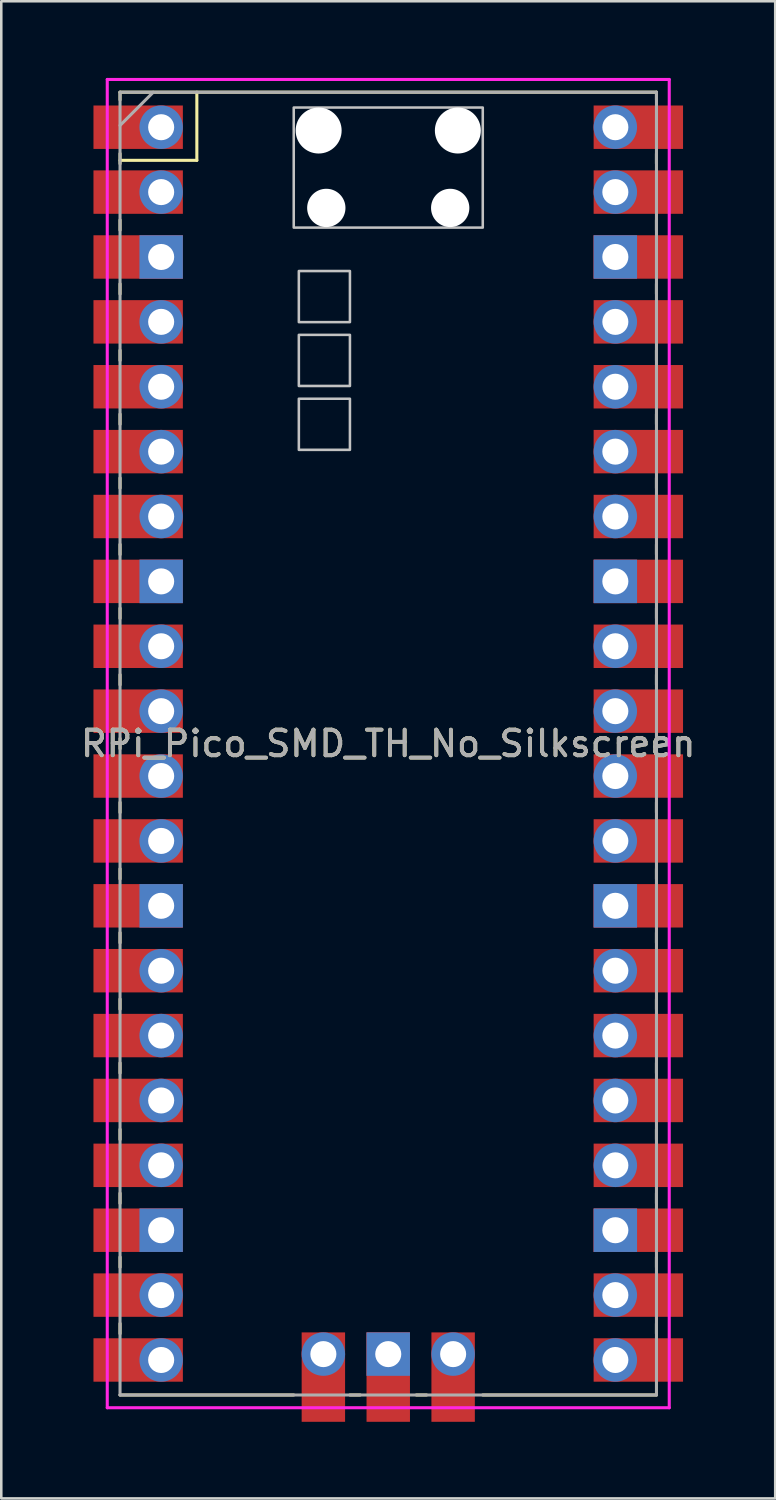
<source format=kicad_pcb>
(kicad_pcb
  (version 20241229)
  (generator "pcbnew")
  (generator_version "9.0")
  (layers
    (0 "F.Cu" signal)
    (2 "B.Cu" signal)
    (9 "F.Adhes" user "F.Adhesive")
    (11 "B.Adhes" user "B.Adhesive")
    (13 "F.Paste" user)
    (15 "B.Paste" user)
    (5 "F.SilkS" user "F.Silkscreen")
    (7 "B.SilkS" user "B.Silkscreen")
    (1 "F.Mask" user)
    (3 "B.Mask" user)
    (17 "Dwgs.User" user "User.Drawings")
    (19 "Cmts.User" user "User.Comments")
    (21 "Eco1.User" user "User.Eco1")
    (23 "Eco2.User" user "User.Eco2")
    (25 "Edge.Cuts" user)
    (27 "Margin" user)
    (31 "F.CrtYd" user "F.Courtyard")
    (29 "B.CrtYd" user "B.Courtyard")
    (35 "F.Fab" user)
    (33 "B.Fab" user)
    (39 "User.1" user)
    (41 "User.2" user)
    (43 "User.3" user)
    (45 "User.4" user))
  (footprint "RPi_Pico_SMD_TH_No_Silkscreen"
    (layer "F.Cu")
    (at 12.149 26.06)
    (property "Reference" "RPi_Pico_SMD_TH_No_Silkscreen" (at 0 0 0) (layer "F.SilkS") (effects (font (size 1 1) (thickness 0.15))))
    (attr through_hole)
    (fp_line (start -10.5 -25.5) (end -10.5 -25.2) (stroke (width 0.12) (type solid)) (layer "F.SilkS"))
    (fp_line (start -10.5 -25.5) (end 10.5 -25.5) (stroke (width 0.12) (type solid)) (layer "F.SilkS"))
    (fp_line (start -10.5 -23.1) (end -10.5 -22.7) (stroke (width 0.12) (type solid)) (layer "F.SilkS"))
    (fp_line (start -10.5 -22.833) (end -7.493 -22.833) (stroke (width 0.12) (type solid)) (layer "F.SilkS"))
    (fp_line (start -10.5 -20.5) (end -10.5 -20.1) (stroke (width 0.12) (type solid)) (layer "F.SilkS"))
    (fp_line (start -10.5 -18) (end -10.5 -17.6) (stroke (width 0.12) (type solid)) (layer "F.SilkS"))
    (fp_line (start -10.5 -15.4) (end -10.5 -15) (stroke (width 0.12) (type solid)) (layer "F.SilkS"))
    (fp_line (start -10.5 -12.9) (end -10.5 -12.5) (stroke (width 0.12) (type solid)) (layer "F.SilkS"))
    (fp_line (start -10.5 -10.4) (end -10.5 -10) (stroke (width 0.12) (type solid)) (layer "F.SilkS"))
    (fp_line (start -10.5 -7.8) (end -10.5 -7.4) (stroke (width 0.12) (type solid)) (layer "F.SilkS"))
    (fp_line (start -10.5 -5.3) (end -10.5 -4.9) (stroke (width 0.12) (type solid)) (layer "F.SilkS"))
    (fp_line (start -10.5 -2.7) (end -10.5 -2.3) (stroke (width 0.12) (type solid)) (layer "F.SilkS"))
    (fp_line (start -10.5 -0.2) (end -10.5 0.2) (stroke (width 0.12) (type solid)) (layer "F.SilkS"))
    (fp_line (start -10.5 2.3) (end -10.5 2.7) (stroke (width 0.12) (type solid)) (layer "F.SilkS"))
    (fp_line (start -10.5 4.9) (end -10.5 5.3) (stroke (width 0.12) (type solid)) (layer "F.SilkS"))
    (fp_line (start -10.5 7.4) (end -10.5 7.8) (stroke (width 0.12) (type solid)) (layer "F.SilkS"))
    (fp_line (start -10.5 10) (end -10.5 10.4) (stroke (width 0.12) (type solid)) (layer "F.SilkS"))
    (fp_line (start -10.5 12.5) (end -10.5 12.9) (stroke (width 0.12) (type solid)) (layer "F.SilkS"))
    (fp_line (start -10.5 15.1) (end -10.5 15.5) (stroke (width 0.12) (type solid)) (layer "F.SilkS"))
    (fp_line (start -10.5 17.6) (end -10.5 18) (stroke (width 0.12) (type solid)) (layer "F.SilkS"))
    (fp_line (start -10.5 20.1) (end -10.5 20.5) (stroke (width 0.12) (type solid)) (layer "F.SilkS"))
    (fp_line (start -10.5 22.7) (end -10.5 23.1) (stroke (width 0.12) (type solid)) (layer "F.SilkS"))
    (fp_line (start -7.493 -22.833) (end -7.493 -25.5) (stroke (width 0.12) (type solid)) (layer "F.SilkS"))
    (fp_line (start -3.7 25.5) (end -10.5 25.5) (stroke (width 0.12) (type solid)) (layer "F.SilkS"))
    (fp_line (start -1.5 25.5) (end -1.1 25.5) (stroke (width 0.12) (type solid)) (layer "F.SilkS"))
    (fp_line (start 1.1 25.5) (end 1.5 25.5) (stroke (width 0.12) (type solid)) (layer "F.SilkS"))
    (fp_line (start 10.5 -25.5) (end 10.5 -25.2) (stroke (width 0.12) (type solid)) (layer "F.SilkS"))
    (fp_line (start 10.5 -23.1) (end 10.5 -22.7) (stroke (width 0.12) (type solid)) (layer "F.SilkS"))
    (fp_line (start 10.5 -20.5) (end 10.5 -20.1) (stroke (width 0.12) (type solid)) (layer "F.SilkS"))
    (fp_line (start 10.5 -18) (end 10.5 -17.6) (stroke (width 0.12) (type solid)) (layer "F.SilkS"))
    (fp_line (start 10.5 -15.4) (end 10.5 -15) (stroke (width 0.12) (type solid)) (layer "F.SilkS"))
    (fp_line (start 10.5 -12.9) (end 10.5 -12.5) (stroke (width 0.12) (type solid)) (layer "F.SilkS"))
    (fp_line (start 10.5 -10.4) (end 10.5 -10) (stroke (width 0.12) (type solid)) (layer "F.SilkS"))
    (fp_line (start 10.5 -7.8) (end 10.5 -7.4) (stroke (width 0.12) (type solid)) (layer "F.SilkS"))
    (fp_line (start 10.5 -5.3) (end 10.5 -4.9) (stroke (width 0.12) (type solid)) (layer "F.SilkS"))
    (fp_line (start 10.5 -2.7) (end 10.5 -2.3) (stroke (width 0.12) (type solid)) (layer "F.SilkS"))
    (fp_line (start 10.5 -0.2) (end 10.5 0.2) (stroke (width 0.12) (type solid)) (layer "F.SilkS"))
    (fp_line (start 10.5 2.3) (end 10.5 2.7) (stroke (width 0.12) (type solid)) (layer "F.SilkS"))
    (fp_line (start 10.5 4.9) (end 10.5 5.3) (stroke (width 0.12) (type solid)) (layer "F.SilkS"))
    (fp_line (start 10.5 7.4) (end 10.5 7.8) (stroke (width 0.12) (type solid)) (layer "F.SilkS"))
    (fp_line (start 10.5 10) (end 10.5 10.4) (stroke (width 0.12) (type solid)) (layer "F.SilkS"))
    (fp_line (start 10.5 12.5) (end 10.5 12.9) (stroke (width 0.12) (type solid)) (layer "F.SilkS"))
    (fp_line (start 10.5 15.1) (end 10.5 15.5) (stroke (width 0.12) (type solid)) (layer "F.SilkS"))
    (fp_line (start 10.5 17.6) (end 10.5 18) (stroke (width 0.12) (type solid)) (layer "F.SilkS"))
    (fp_line (start 10.5 20.1) (end 10.5 20.5) (stroke (width 0.12) (type solid)) (layer "F.SilkS"))
    (fp_line (start 10.5 22.7) (end 10.5 23.1) (stroke (width 0.12) (type solid)) (layer "F.SilkS"))
    (fp_line (start 10.5 25.5) (end 3.7 25.5) (stroke (width 0.12) (type solid)) (layer "F.SilkS"))
    (fp_poly (pts (xy -1.5 -16.5) (xy -3.5 -16.5) (xy -3.5 -18.5) (xy -1.5 -18.5)) (stroke (width 0.1) (type solid)) (fill no) (layer "Dwgs.User"))
    (fp_poly (pts (xy -1.5 -14) (xy -3.5 -14) (xy -3.5 -16) (xy -1.5 -16)) (stroke (width 0.1) (type solid)) (fill no) (layer "Dwgs.User"))
    (fp_poly (pts (xy -1.5 -11.5) (xy -3.5 -11.5) (xy -3.5 -13.5) (xy -1.5 -13.5)) (stroke (width 0.1) (type solid)) (fill no) (layer "Dwgs.User"))
    (fp_poly (pts (xy 3.7 -20.2) (xy -3.7 -20.2) (xy -3.7 -24.9) (xy 3.7 -24.9)) (stroke (width 0.1) (type solid)) (fill no) (layer "Dwgs.User"))
    (fp_line (start -11 -26) (end 11 -26) (stroke (width 0.12) (type solid)) (layer "F.CrtYd"))
    (fp_line (start -11 26) (end -11 -26) (stroke (width 0.12) (type solid)) (layer "F.CrtYd"))
    (fp_line (start 11 -26) (end 11 26) (stroke (width 0.12) (type solid)) (layer "F.CrtYd"))
    (fp_line (start 11 26) (end -11 26) (stroke (width 0.12) (type solid)) (layer "F.CrtYd"))
    (fp_line (start -10.5 -25.5) (end 10.5 -25.5) (stroke (width 0.12) (type solid)) (layer "F.Fab"))
    (fp_line (start -10.5 -24.2) (end -9.2 -25.5) (stroke (width 0.12) (type solid)) (layer "F.Fab"))
    (fp_line (start -10.5 25.5) (end -10.5 -25.5) (stroke (width 0.12) (type solid)) (layer "F.Fab"))
    (fp_line (start 10.5 -25.5) (end 10.5 25.5) (stroke (width 0.12) (type solid)) (layer "F.Fab"))
    (fp_line (start 10.5 25.5) (end -10.5 25.5) (stroke (width 0.12) (type solid)) (layer "F.Fab"))
    (fp_text user "${REFERENCE}" (at 0 0 180) (layer "F.Fab") (effects (font (size 1 1) (thickness 0.15))))
    (pad "" np_thru_hole oval (at -2.725 -24) (size 1.8 1.8) (drill 1.8) (layers "*.Cu" "*.Mask"))
    (pad "" np_thru_hole oval (at -2.425 -20.97) (size 1.5 1.5) (drill 1.5) (layers "*.Cu" "*.Mask"))
    (pad "" np_thru_hole oval (at 2.425 -20.97) (size 1.5 1.5) (drill 1.5) (layers "*.Cu" "*.Mask"))
    (pad "" np_thru_hole oval (at 2.725 -24) (size 1.8 1.8) (drill 1.8) (layers "*.Cu" "*.Mask"))
    (pad "1" thru_hole oval (at -8.89 -24.13) (size 1.7 1.7) (drill 1.02) (layers "*.Cu" "*.Mask"))
    (pad "1" smd rect (at -8.89 -24.13) (size 3.5 1.7) (drill (offset -0.9 0)) (layers "F.Cu" "F.Mask"))
    (pad "2" thru_hole oval (at -8.89 -21.59) (size 1.7 1.7) (drill 1.02) (layers "*.Cu" "*.Mask"))
    (pad "2" smd rect (at -8.89 -21.59) (size 3.5 1.7) (drill (offset -0.9 0)) (layers "F.Cu" "F.Mask"))
    (pad "3" thru_hole rect (at -8.89 -19.05) (size 1.7 1.7) (drill 1.02) (layers "*.Cu" "*.Mask"))
    (pad "3" smd rect (at -8.89 -19.05) (size 3.5 1.7) (drill (offset -0.9 0)) (layers "F.Cu" "F.Mask"))
    (pad "4" thru_hole oval (at -8.89 -16.51) (size 1.7 1.7) (drill 1.02) (layers "*.Cu" "*.Mask"))
    (pad "4" smd rect (at -8.89 -16.51) (size 3.5 1.7) (drill (offset -0.9 0)) (layers "F.Cu" "F.Mask"))
    (pad "5" thru_hole oval (at -8.89 -13.97) (size 1.7 1.7) (drill 1.02) (layers "*.Cu" "*.Mask"))
    (pad "5" smd rect (at -8.89 -13.97) (size 3.5 1.7) (drill (offset -0.9 0)) (layers "F.Cu" "F.Mask"))
    (pad "6" thru_hole oval (at -8.89 -11.43) (size 1.7 1.7) (drill 1.02) (layers "*.Cu" "*.Mask"))
    (pad "6" smd rect (at -8.89 -11.43) (size 3.5 1.7) (drill (offset -0.9 0)) (layers "F.Cu" "F.Mask"))
    (pad "7" thru_hole oval (at -8.89 -8.89) (size 1.7 1.7) (drill 1.02) (layers "*.Cu" "*.Mask"))
    (pad "7" smd rect (at -8.89 -8.89) (size 3.5 1.7) (drill (offset -0.9 0)) (layers "F.Cu" "F.Mask"))
    (pad "8" thru_hole rect (at -8.89 -6.35) (size 1.7 1.7) (drill 1.02) (layers "*.Cu" "*.Mask"))
    (pad "8" smd rect (at -8.89 -6.35) (size 3.5 1.7) (drill (offset -0.9 0)) (layers "F.Cu" "F.Mask"))
    (pad "9" thru_hole oval (at -8.89 -3.81) (size 1.7 1.7) (drill 1.02) (layers "*.Cu" "*.Mask"))
    (pad "9" smd rect (at -8.89 -3.81) (size 3.5 1.7) (drill (offset -0.9 0)) (layers "F.Cu" "F.Mask"))
    (pad "10" thru_hole oval (at -8.89 -1.27) (size 1.7 1.7) (drill 1.02) (layers "*.Cu" "*.Mask"))
    (pad "10" smd rect (at -8.89 -1.27) (size 3.5 1.7) (drill (offset -0.9 0)) (layers "F.Cu" "F.Mask"))
    (pad "11" thru_hole oval (at -8.89 1.27) (size 1.7 1.7) (drill 1.02) (layers "*.Cu" "*.Mask"))
    (pad "11" smd rect (at -8.89 1.27) (size 3.5 1.7) (drill (offset -0.9 0)) (layers "F.Cu" "F.Mask"))
    (pad "12" thru_hole oval (at -8.89 3.81) (size 1.7 1.7) (drill 1.02) (layers "*.Cu" "*.Mask"))
    (pad "12" smd rect (at -8.89 3.81) (size 3.5 1.7) (drill (offset -0.9 0)) (layers "F.Cu" "F.Mask"))
    (pad "13" thru_hole rect (at -8.89 6.35) (size 1.7 1.7) (drill 1.02) (layers "*.Cu" "*.Mask"))
    (pad "13" smd rect (at -8.89 6.35) (size 3.5 1.7) (drill (offset -0.9 0)) (layers "F.Cu" "F.Mask"))
    (pad "14" thru_hole oval (at -8.89 8.89) (size 1.7 1.7) (drill 1.02) (layers "*.Cu" "*.Mask"))
    (pad "14" smd rect (at -8.89 8.89) (size 3.5 1.7) (drill (offset -0.9 0)) (layers "F.Cu" "F.Mask"))
    (pad "15" thru_hole oval (at -8.89 11.43) (size 1.7 1.7) (drill 1.02) (layers "*.Cu" "*.Mask"))
    (pad "15" smd rect (at -8.89 11.43) (size 3.5 1.7) (drill (offset -0.9 0)) (layers "F.Cu" "F.Mask"))
    (pad "16" thru_hole oval (at -8.89 13.97) (size 1.7 1.7) (drill 1.02) (layers "*.Cu" "*.Mask"))
    (pad "16" smd rect (at -8.89 13.97) (size 3.5 1.7) (drill (offset -0.9 0)) (layers "F.Cu" "F.Mask"))
    (pad "17" thru_hole oval (at -8.89 16.51) (size 1.7 1.7) (drill 1.02) (layers "*.Cu" "*.Mask"))
    (pad "17" smd rect (at -8.89 16.51) (size 3.5 1.7) (drill (offset -0.9 0)) (layers "F.Cu" "F.Mask"))
    (pad "18" thru_hole rect (at -8.89 19.05) (size 1.7 1.7) (drill 1.02) (layers "*.Cu" "*.Mask"))
    (pad "18" smd rect (at -8.89 19.05) (size 3.5 1.7) (drill (offset -0.9 0)) (layers "F.Cu" "F.Mask"))
    (pad "19" thru_hole oval (at -8.89 21.59) (size 1.7 1.7) (drill 1.02) (layers "*.Cu" "*.Mask"))
    (pad "19" smd rect (at -8.89 21.59) (size 3.5 1.7) (drill (offset -0.9 0)) (layers "F.Cu" "F.Mask"))
    (pad "20" thru_hole oval (at -8.89 24.13) (size 1.7 1.7) (drill 1.02) (layers "*.Cu" "*.Mask"))
    (pad "20" smd rect (at -8.89 24.13) (size 3.5 1.7) (drill (offset -0.9 0)) (layers "F.Cu" "F.Mask"))
    (pad "21" thru_hole oval (at 8.89 24.13) (size 1.7 1.7) (drill 1.02) (layers "*.Cu" "*.Mask"))
    (pad "21" smd rect (at 8.89 24.13) (size 3.5 1.7) (drill (offset 0.9 0)) (layers "F.Cu" "F.Mask"))
    (pad "22" thru_hole oval (at 8.89 21.59) (size 1.7 1.7) (drill 1.02) (layers "*.Cu" "*.Mask"))
    (pad "22" smd rect (at 8.89 21.59) (size 3.5 1.7) (drill (offset 0.9 0)) (layers "F.Cu" "F.Mask"))
    (pad "23" thru_hole rect (at 8.89 19.05) (size 1.7 1.7) (drill 1.02) (layers "*.Cu" "*.Mask"))
    (pad "23" smd rect (at 8.89 19.05) (size 3.5 1.7) (drill (offset 0.9 0)) (layers "F.Cu" "F.Mask"))
    (pad "24" thru_hole oval (at 8.89 16.51) (size 1.7 1.7) (drill 1.02) (layers "*.Cu" "*.Mask"))
    (pad "24" smd rect (at 8.89 16.51) (size 3.5 1.7) (drill (offset 0.9 0)) (layers "F.Cu" "F.Mask"))
    (pad "25" thru_hole oval (at 8.89 13.97) (size 1.7 1.7) (drill 1.02) (layers "*.Cu" "*.Mask"))
    (pad "25" smd rect (at 8.89 13.97) (size 3.5 1.7) (drill (offset 0.9 0)) (layers "F.Cu" "F.Mask"))
    (pad "26" thru_hole oval (at 8.89 11.43) (size 1.7 1.7) (drill 1.02) (layers "*.Cu" "*.Mask"))
    (pad "26" smd rect (at 8.89 11.43) (size 3.5 1.7) (drill (offset 0.9 0)) (layers "F.Cu" "F.Mask"))
    (pad "27" thru_hole oval (at 8.89 8.89) (size 1.7 1.7) (drill 1.02) (layers "*.Cu" "*.Mask"))
    (pad "27" smd rect (at 8.89 8.89) (size 3.5 1.7) (drill (offset 0.9 0)) (layers "F.Cu" "F.Mask"))
    (pad "28" thru_hole rect (at 8.89 6.35) (size 1.7 1.7) (drill 1.02) (layers "*.Cu" "*.Mask"))
    (pad "28" smd rect (at 8.89 6.35) (size 3.5 1.7) (drill (offset 0.9 0)) (layers "F.Cu" "F.Mask"))
    (pad "29" thru_hole oval (at 8.89 3.81) (size 1.7 1.7) (drill 1.02) (layers "*.Cu" "*.Mask"))
    (pad "29" smd rect (at 8.89 3.81) (size 3.5 1.7) (drill (offset 0.9 0)) (layers "F.Cu" "F.Mask"))
    (pad "30" thru_hole oval (at 8.89 1.27) (size 1.7 1.7) (drill 1.02) (layers "*.Cu" "*.Mask"))
    (pad "30" smd rect (at 8.89 1.27) (size 3.5 1.7) (drill (offset 0.9 0)) (layers "F.Cu" "F.Mask"))
    (pad "31" thru_hole oval (at 8.89 -1.27) (size 1.7 1.7) (drill 1.02) (layers "*.Cu" "*.Mask"))
    (pad "31" smd rect (at 8.89 -1.27) (size 3.5 1.7) (drill (offset 0.9 0)) (layers "F.Cu" "F.Mask"))
    (pad "32" thru_hole oval (at 8.89 -3.81) (size 1.7 1.7) (drill 1.02) (layers "*.Cu" "*.Mask"))
    (pad "32" smd rect (at 8.89 -3.81) (size 3.5 1.7) (drill (offset 0.9 0)) (layers "F.Cu" "F.Mask"))
    (pad "33" thru_hole rect (at 8.89 -6.35) (size 1.7 1.7) (drill 1.02) (layers "*.Cu" "*.Mask"))
    (pad "33" smd rect (at 8.89 -6.35) (size 3.5 1.7) (drill (offset 0.9 0)) (layers "F.Cu" "F.Mask"))
    (pad "34" thru_hole oval (at 8.89 -8.89) (size 1.7 1.7) (drill 1.02) (layers "*.Cu" "*.Mask"))
    (pad "34" smd rect (at 8.89 -8.89) (size 3.5 1.7) (drill (offset 0.9 0)) (layers "F.Cu" "F.Mask"))
    (pad "35" thru_hole oval (at 8.89 -11.43) (size 1.7 1.7) (drill 1.02) (layers "*.Cu" "*.Mask"))
    (pad "35" smd rect (at 8.89 -11.43) (size 3.5 1.7) (drill (offset 0.9 0)) (layers "F.Cu" "F.Mask"))
    (pad "36" thru_hole oval (at 8.89 -13.97) (size 1.7 1.7) (drill 1.02) (layers "*.Cu" "*.Mask"))
    (pad "36" smd rect (at 8.89 -13.97) (size 3.5 1.7) (drill (offset 0.9 0)) (layers "F.Cu" "F.Mask"))
    (pad "37" thru_hole oval (at 8.89 -16.51) (size 1.7 1.7) (drill 1.02) (layers "*.Cu" "*.Mask"))
    (pad "37" smd rect (at 8.89 -16.51) (size 3.5 1.7) (drill (offset 0.9 0)) (layers "F.Cu" "F.Mask"))
    (pad "38" thru_hole rect (at 8.89 -19.05) (size 1.7 1.7) (drill 1.02) (layers "*.Cu" "*.Mask"))
    (pad "38" smd rect (at 8.89 -19.05) (size 3.5 1.7) (drill (offset 0.9 0)) (layers "F.Cu" "F.Mask"))
    (pad "39" thru_hole oval (at 8.89 -21.59) (size 1.7 1.7) (drill 1.02) (layers "*.Cu" "*.Mask"))
    (pad "39" smd rect (at 8.89 -21.59) (size 3.5 1.7) (drill (offset 0.9 0)) (layers "F.Cu" "F.Mask"))
    (pad "40" thru_hole oval (at 8.89 -24.13) (size 1.7 1.7) (drill 1.02) (layers "*.Cu" "*.Mask"))
    (pad "40" smd rect (at 8.89 -24.13) (size 3.5 1.7) (drill (offset 0.9 0)) (layers "F.Cu" "F.Mask"))
    (pad "41" thru_hole oval (at -2.54 23.9) (size 1.7 1.7) (drill 1.02) (layers "*.Cu" "*.Mask"))
    (pad "41" smd rect (at -2.54 23.9 90) (size 3.5 1.7) (drill (offset -0.9 0)) (layers "F.Cu" "F.Mask"))
    (pad "42" thru_hole rect (at 0 23.9) (size 1.7 1.7) (drill 1.02) (layers "*.Cu" "*.Mask"))
    (pad "42" smd rect (at 0 23.9 90) (size 3.5 1.7) (drill (offset -0.9 0)) (layers "F.Cu" "F.Mask"))
    (pad "43" thru_hole oval (at 2.54 23.9) (size 1.7 1.7) (drill 1.02) (layers "*.Cu" "*.Mask"))
    (pad "43" smd rect (at 2.54 23.9 90) (size 3.5 1.7) (drill (offset -0.9 0)) (layers "F.Cu" "F.Mask")))
  (gr_rect
    (start -3 -3)
    (end 27.298 55.61)
    (stroke (width 0.1) (type default))
    (fill no)
    (layer "Edge.Cuts")))
</source>
